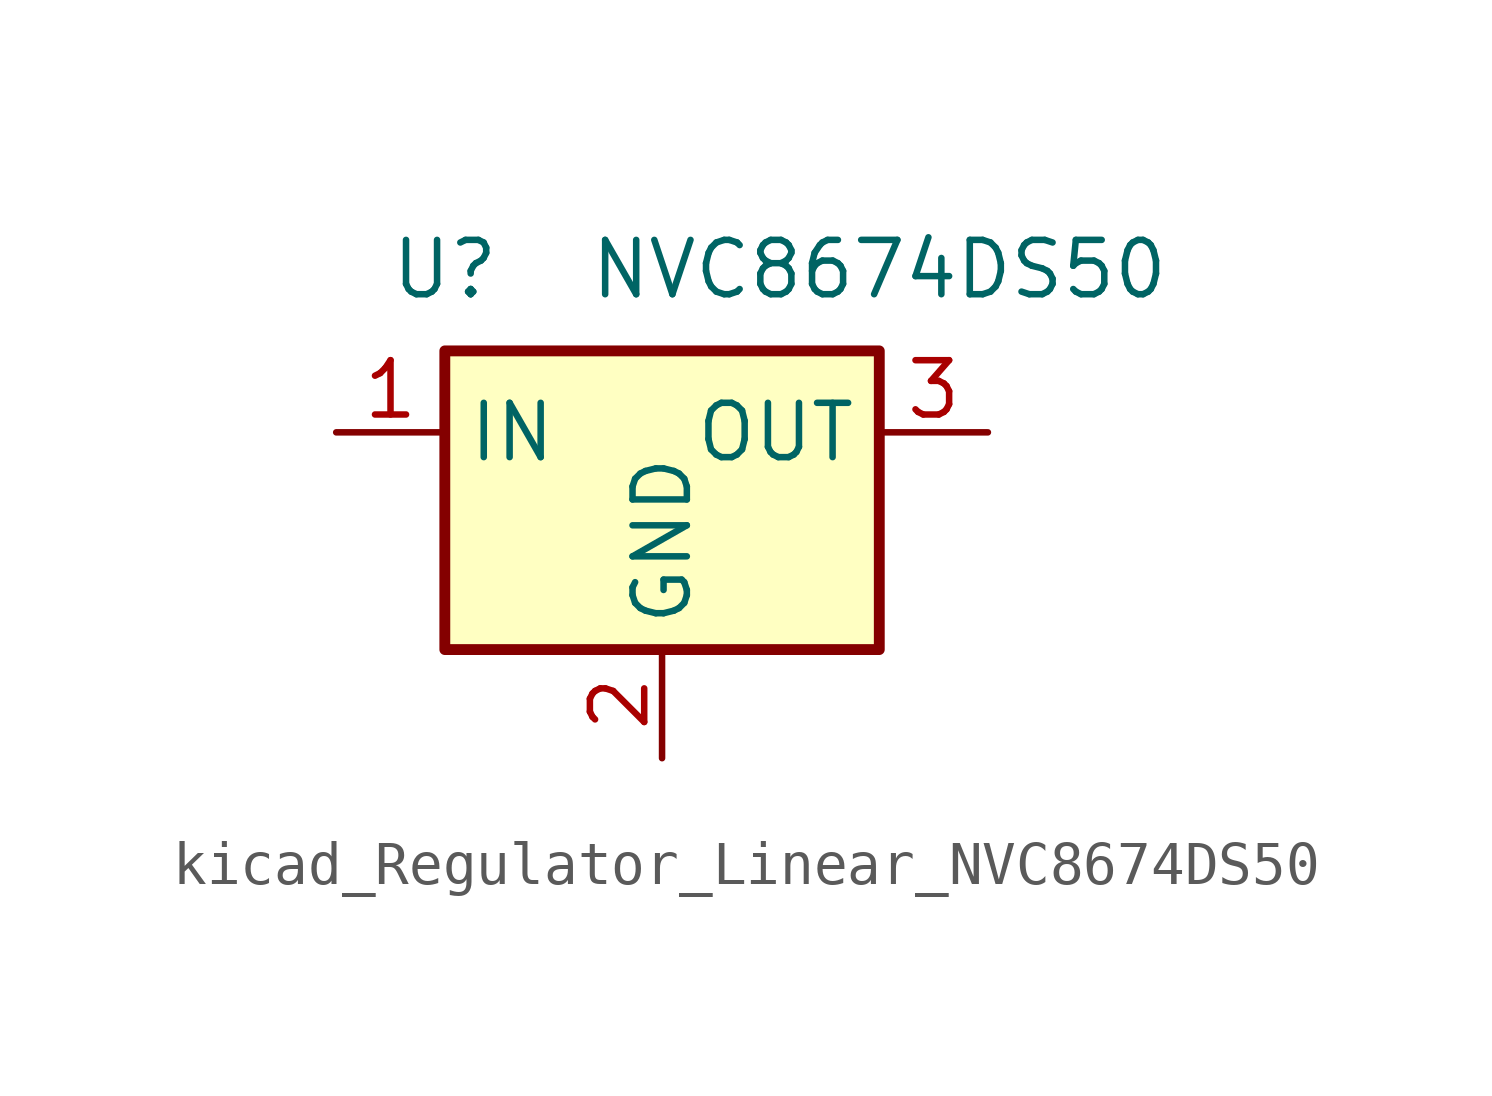
<source format=kicad_sym>
(kicad_symbol_lib
  (version 20220914)
  (generator kicad_symbol_editor)
  (symbol "kicad_Regulator_Linear_NVC8674DS50"
    (property "Reference" "U"
      (at -5.08 3.81 0)
      (effects (font (size 1.27 1.27))))
    (property "Value" "NVC8674DS50"
      (at 5.08 3.81 0)
      (effects (font (size 1.27 1.27))))
    (symbol "kicad_Regulator_Linear_NVC8674DS50_1_1"
      (rectangle (start -5.08 1.905) (end 5.08 -5.08) (stroke (width 0.254) (type default)) (fill (type background)))
      (pin power_in line (at -7.62 0 0) (length 2.54) (name "IN" (effects (font (size 1.27 1.27)))) (number "1" (effects (font (size 1.27 1.27)))))
      (pin power_in line (at 0 -7.62 90) (length 2.54) (name "GND" (effects (font (size 1.27 1.27)))) (number "2" (effects (font (size 1.27 1.27)))))
      (pin power_out line (at 7.62 0 180) (length 2.54) (name "OUT" (effects (font (size 1.27 1.27)))) (number "3" (effects (font (size 1.27 1.27))))))))
</source>
